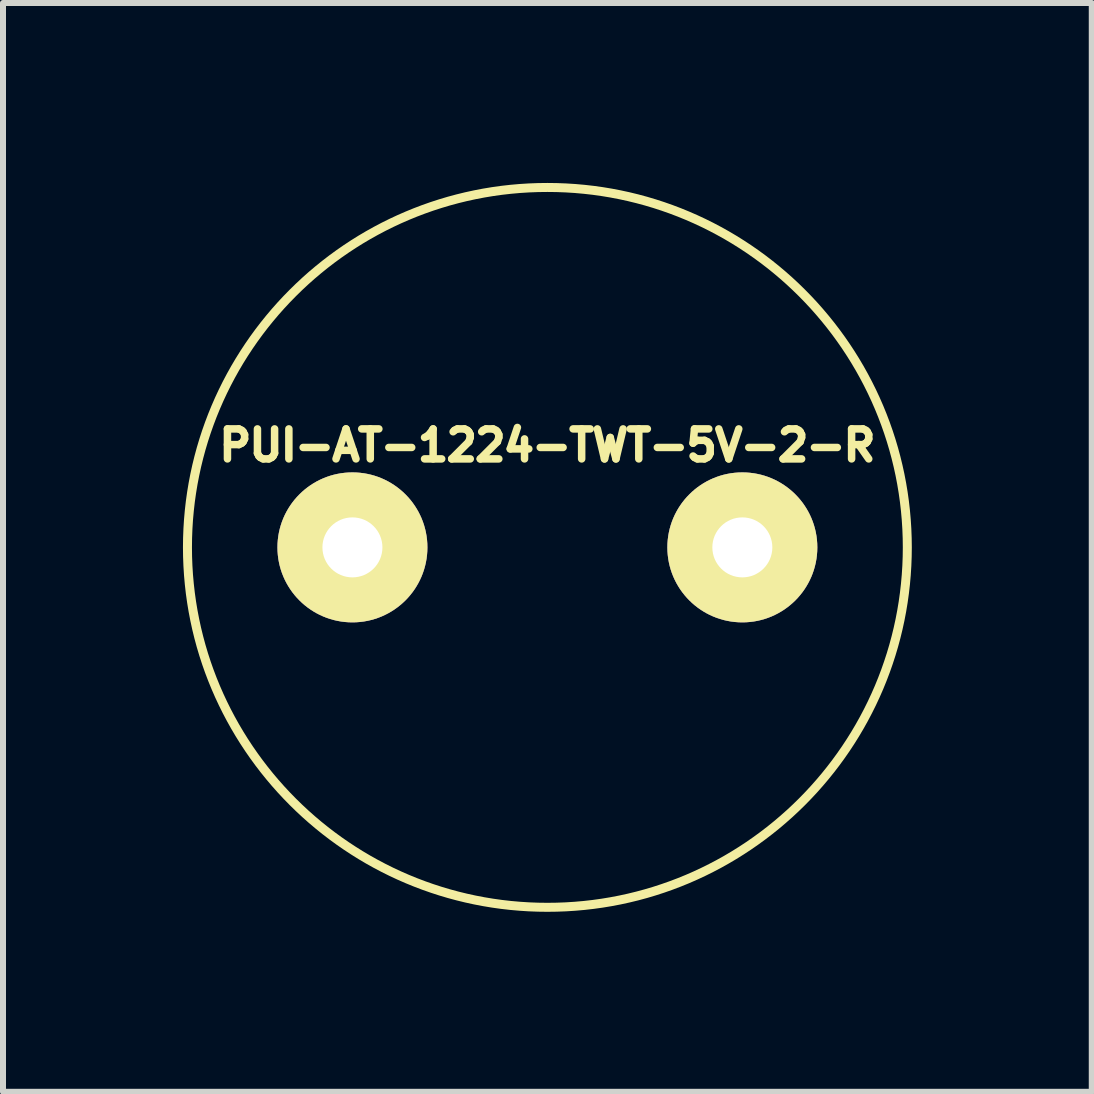
<source format=kicad_pcb>
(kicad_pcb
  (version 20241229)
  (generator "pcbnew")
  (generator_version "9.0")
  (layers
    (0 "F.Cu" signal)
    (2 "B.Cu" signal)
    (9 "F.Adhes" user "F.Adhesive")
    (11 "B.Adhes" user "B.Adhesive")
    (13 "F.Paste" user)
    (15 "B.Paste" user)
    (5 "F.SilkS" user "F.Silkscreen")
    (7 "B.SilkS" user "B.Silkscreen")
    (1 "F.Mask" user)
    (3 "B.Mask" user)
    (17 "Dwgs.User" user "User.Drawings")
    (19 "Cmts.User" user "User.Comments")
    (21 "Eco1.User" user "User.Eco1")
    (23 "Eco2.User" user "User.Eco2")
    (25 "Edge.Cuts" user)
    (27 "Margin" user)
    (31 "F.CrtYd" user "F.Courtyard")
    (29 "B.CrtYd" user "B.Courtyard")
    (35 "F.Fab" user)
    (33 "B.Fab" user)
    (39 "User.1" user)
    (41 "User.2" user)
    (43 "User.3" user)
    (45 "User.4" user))
  (footprint "PUI-AT-1224-TWT-5V-2-R"
    (layer "F.Cu")
    (at 6.075 6.075)
    (property "Reference" "PUI-AT-1224-TWT-5V-2-R" (at 0 -1.7 0) (layer "F.SilkS") (effects (font (size 0.5 0.5) (thickness 0.125))))
    (attr through_hole)
    (fp_circle (center 0 0) (end 6 0) (stroke (width 0.15) (type solid)) (fill no) (layer "F.SilkS"))
    (pad "1" thru_hole circle (at -3.25 0) (size 2.5 2.5) (drill 1) (layers "*.Cu" "*.Mask" "F.SilkS"))
    (pad "2" thru_hole circle (at 3.25 0) (size 2.5 2.5) (drill 1) (layers "*.Cu" "*.Mask" "F.SilkS")))
  (gr_rect
    (start -3 -3)
    (end 15.15 15.15)
    (stroke (width 0.1) (type default))
    (fill no)
    (layer "Edge.Cuts")))
</source>
